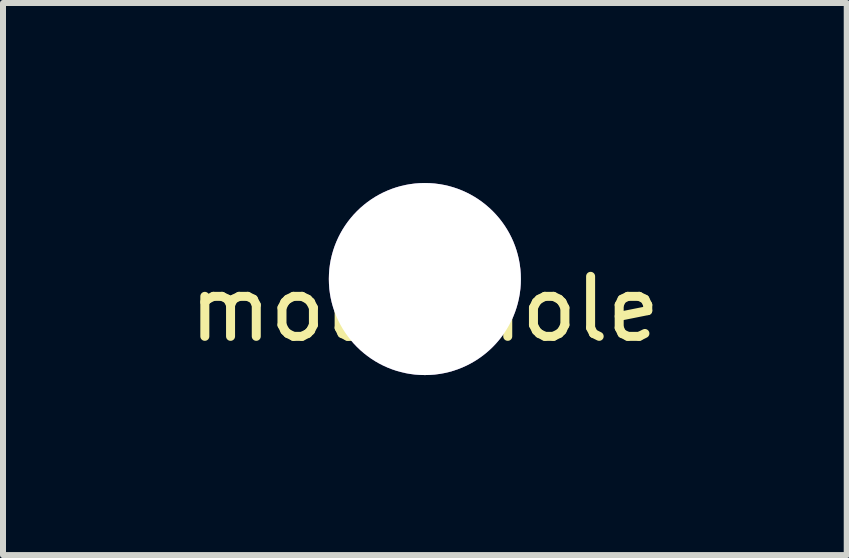
<source format=kicad_pcb>
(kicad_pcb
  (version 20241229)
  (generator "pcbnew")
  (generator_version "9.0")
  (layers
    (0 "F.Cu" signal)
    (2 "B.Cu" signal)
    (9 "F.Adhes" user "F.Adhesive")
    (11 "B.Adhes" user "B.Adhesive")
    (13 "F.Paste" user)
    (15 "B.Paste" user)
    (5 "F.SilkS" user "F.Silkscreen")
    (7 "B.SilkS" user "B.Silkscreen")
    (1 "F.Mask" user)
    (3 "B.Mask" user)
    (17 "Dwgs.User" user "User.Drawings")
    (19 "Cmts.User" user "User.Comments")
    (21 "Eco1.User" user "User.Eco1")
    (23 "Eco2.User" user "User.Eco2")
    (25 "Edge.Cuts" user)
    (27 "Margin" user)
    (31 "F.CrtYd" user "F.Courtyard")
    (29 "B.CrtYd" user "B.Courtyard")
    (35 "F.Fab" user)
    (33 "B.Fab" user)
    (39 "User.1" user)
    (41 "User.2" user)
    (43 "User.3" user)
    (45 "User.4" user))
  (footprint "mounthole"
    (layer "F.Cu")
    (at 4.03 1.6)
    (property "Reference" "mounthole" (at 0 0.5 0) (layer "F.SilkS") (effects (font (size 1 1) (thickness 0.15))))
    (attr through_hole)
    (pad "" thru_hole circle (at 0 0) (size 3.2 3.2) (drill 3.2) (layers "*.Cu" "*.Mask")))
  (gr_rect
    (start -3 -3)
    (end 11.06 6.2)
    (stroke (width 0.1) (type default))
    (fill no)
    (layer "Edge.Cuts")))
</source>
